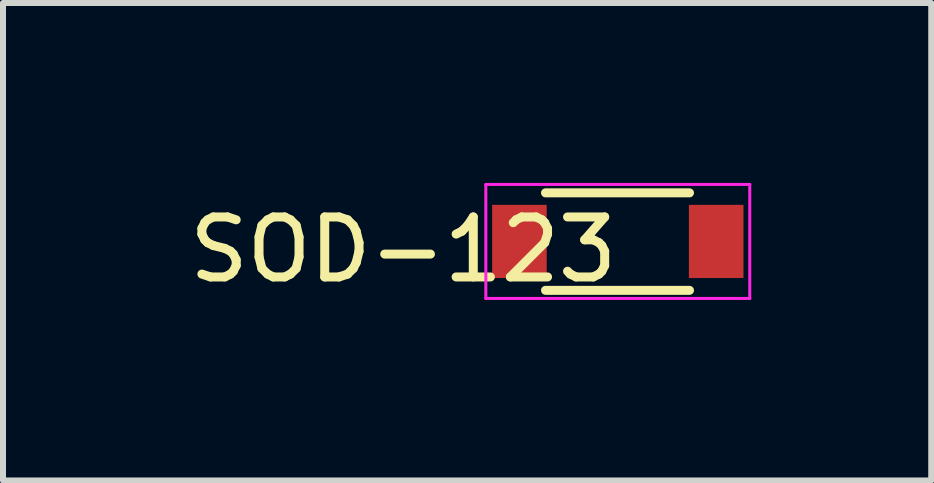
<source format=kicad_pcb>
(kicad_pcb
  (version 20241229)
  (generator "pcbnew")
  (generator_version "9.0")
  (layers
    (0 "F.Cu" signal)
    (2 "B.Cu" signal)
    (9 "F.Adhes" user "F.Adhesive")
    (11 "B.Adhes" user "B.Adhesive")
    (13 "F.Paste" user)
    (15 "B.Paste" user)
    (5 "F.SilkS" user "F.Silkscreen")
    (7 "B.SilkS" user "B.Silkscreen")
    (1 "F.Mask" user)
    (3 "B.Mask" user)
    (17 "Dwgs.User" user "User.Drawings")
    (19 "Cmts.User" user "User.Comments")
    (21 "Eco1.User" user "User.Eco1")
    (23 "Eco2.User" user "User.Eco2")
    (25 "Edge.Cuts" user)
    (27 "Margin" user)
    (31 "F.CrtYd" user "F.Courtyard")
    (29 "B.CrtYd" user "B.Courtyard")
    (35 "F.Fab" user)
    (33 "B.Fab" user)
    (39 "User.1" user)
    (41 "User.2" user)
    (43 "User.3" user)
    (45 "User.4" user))
  (footprint "SOD-123"
    (layer "F.Cu")
    (at 7.249 0.975)
    (property "Reference" "SOD-123" (at -3.576 0.137 0) (layer "F.SilkS") (effects (font (size 1 1) (thickness 0.15))))
    (attr smd)
    (fp_line (start -1.205 -0.81) (end 1.195 -0.81) (stroke (width 0.15) (type solid)) (layer "F.SilkS"))
    (fp_line (start -1.205 0.815) (end 1.195 0.815) (stroke (width 0.15) (type solid)) (layer "F.SilkS"))
    (fp_line (start -2.2 -0.95) (end 2.2 -0.95) (stroke (width 0.05) (type solid)) (layer "F.CrtYd"))
    (fp_line (start -2.2 0.95) (end -2.2 -0.95) (stroke (width 0.05) (type solid)) (layer "F.CrtYd"))
    (fp_line (start 2.2 -0.95) (end 2.2 0.95) (stroke (width 0.05) (type solid)) (layer "F.CrtYd"))
    (fp_line (start 2.2 0.95) (end -2.2 0.95) (stroke (width 0.05) (type solid)) (layer "F.CrtYd"))
    (pad "1" smd rect (at -1.64 0) (size 0.91 1.22) (layers "F.Cu" "F.Mask" "F.Paste"))
    (pad "2" smd rect (at 1.64 0) (size 0.91 1.22) (layers "F.Cu" "F.Mask" "F.Paste")))
  (gr_rect
    (start -3 -3)
    (end 12.474 4.96)
    (stroke (width 0.1) (type default))
    (fill no)
    (layer "Edge.Cuts")))
</source>
